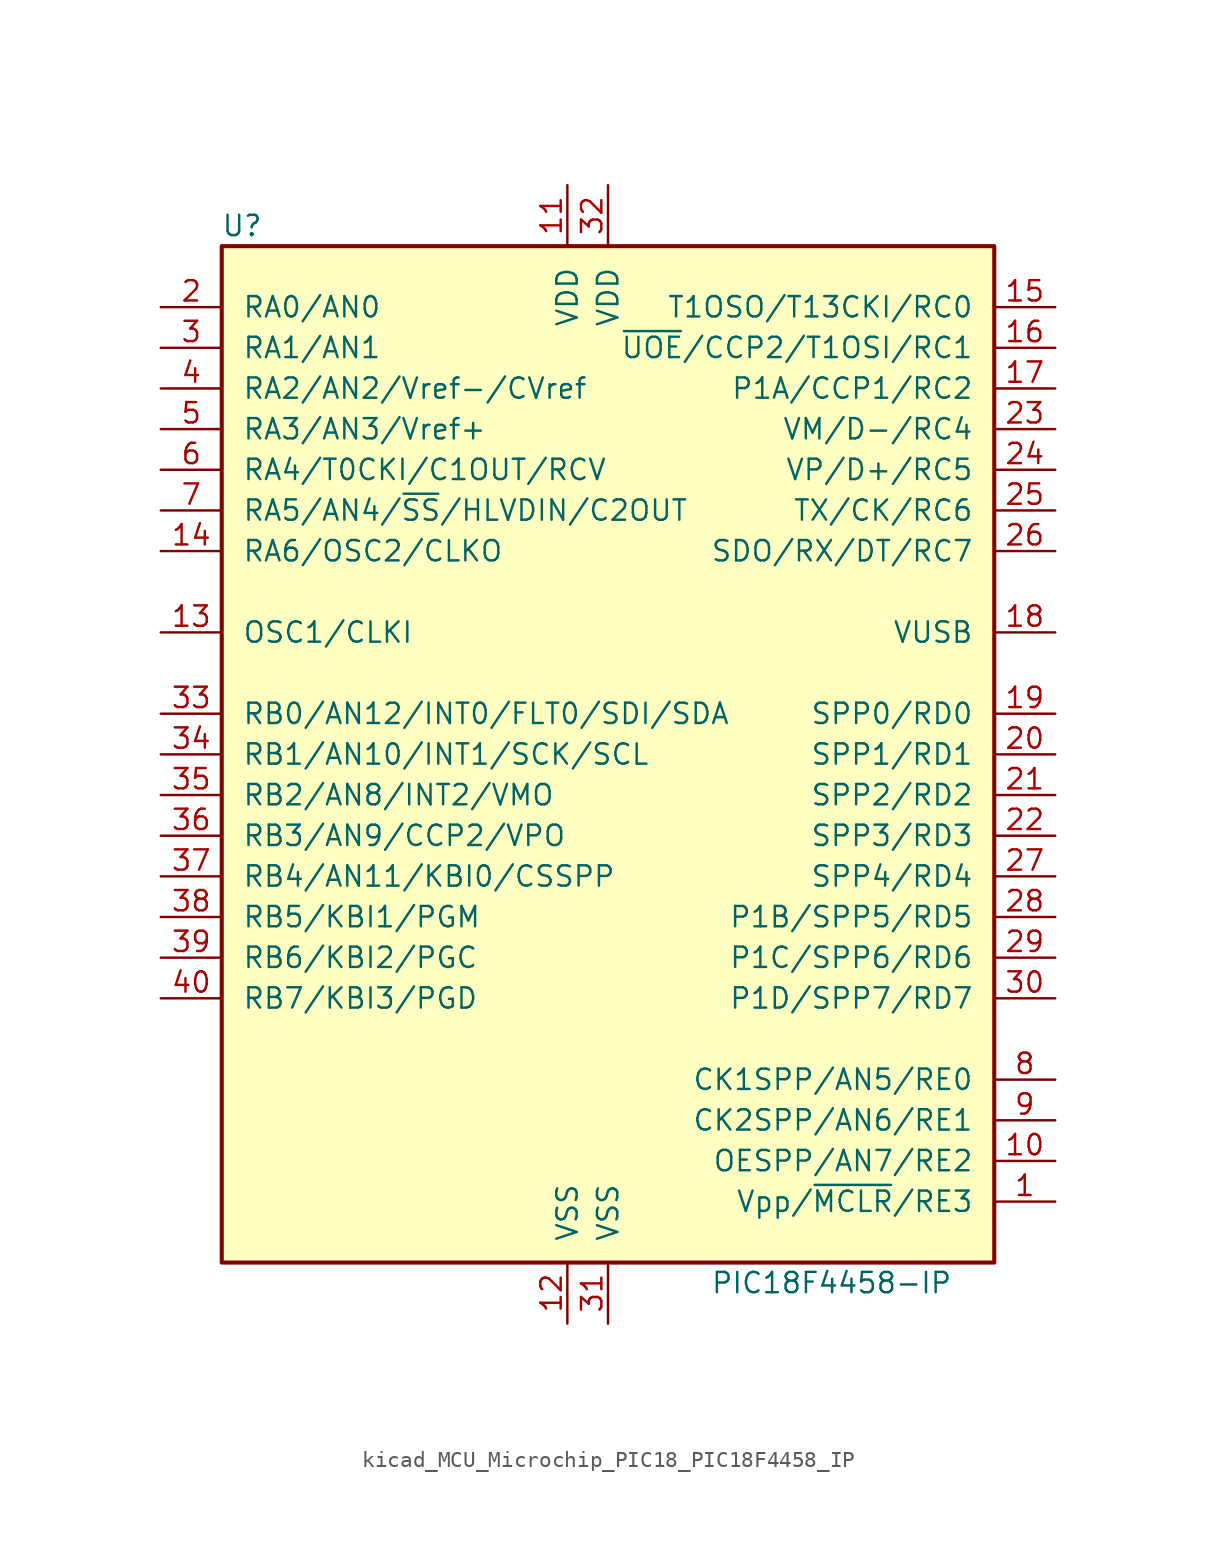
<source format=kicad_sym>
(kicad_symbol_lib
  (version 20220914)
  (generator kicad_symbol_editor)
  (symbol "kicad_MCU_Microchip_PIC18_PIC18F4458_IP"
    (pin_names
      (offset 1.27))
    (property "Reference" "U"
      (at -22.86 33.02 0)
      (effects (font (size 1.27 1.27))))
    (property "Value" "PIC18F4458-IP"
      (at 13.97 -33.02 0)
      (effects (font (size 1.27 1.27))))
    (symbol "kicad_MCU_Microchip_PIC18_PIC18F4458_IP_0_1"
      (rectangle (start -24.13 31.75) (end 24.13 -31.75) (stroke (width 0.254) (type default)) (fill (type background))))
    (symbol "kicad_MCU_Microchip_PIC18_PIC18F4458_IP_1_1"
      (pin input line (at 27.94 -27.94 180) (length 3.81) (name "Vpp/~{MCLR}/RE3" (effects (font (size 1.27 1.27)))) (number "1" (effects (font (size 1.27 1.27)))))
      (pin bidirectional line (at 27.94 -25.4 180) (length 3.81) (name "OESPP/AN7/RE2" (effects (font (size 1.27 1.27)))) (number "10" (effects (font (size 1.27 1.27)))))
      (pin power_in line (at -2.54 35.56 270) (length 3.81) (name "VDD" (effects (font (size 1.27 1.27)))) (number "11" (effects (font (size 1.27 1.27)))))
      (pin power_in line (at -2.54 -35.56 90) (length 3.81) (name "VSS" (effects (font (size 1.27 1.27)))) (number "12" (effects (font (size 1.27 1.27)))))
      (pin input line (at -27.94 7.62 0) (length 3.81) (name "OSC1/CLKI" (effects (font (size 1.27 1.27)))) (number "13" (effects (font (size 1.27 1.27)))))
      (pin bidirectional line (at -27.94 12.7 0) (length 3.81) (name "RA6/OSC2/CLKO" (effects (font (size 1.27 1.27)))) (number "14" (effects (font (size 1.27 1.27)))))
      (pin bidirectional line (at 27.94 27.94 180) (length 3.81) (name "T1OSO/T13CKI/RC0" (effects (font (size 1.27 1.27)))) (number "15" (effects (font (size 1.27 1.27)))))
      (pin bidirectional line (at 27.94 25.4 180) (length 3.81) (name "~{UOE}/CCP2/T1OSI/RC1" (effects (font (size 1.27 1.27)))) (number "16" (effects (font (size 1.27 1.27)))))
      (pin bidirectional line (at 27.94 22.86 180) (length 3.81) (name "P1A/CCP1/RC2" (effects (font (size 1.27 1.27)))) (number "17" (effects (font (size 1.27 1.27)))))
      (pin bidirectional line (at 27.94 7.62 180) (length 3.81) (name "VUSB" (effects (font (size 1.27 1.27)))) (number "18" (effects (font (size 1.27 1.27)))))
      (pin bidirectional line (at 27.94 2.54 180) (length 3.81) (name "SPP0/RD0" (effects (font (size 1.27 1.27)))) (number "19" (effects (font (size 1.27 1.27)))))
      (pin bidirectional line (at -27.94 27.94 0) (length 3.81) (name "RA0/AN0" (effects (font (size 1.27 1.27)))) (number "2" (effects (font (size 1.27 1.27)))))
      (pin bidirectional line (at 27.94 0 180) (length 3.81) (name "SPP1/RD1" (effects (font (size 1.27 1.27)))) (number "20" (effects (font (size 1.27 1.27)))))
      (pin bidirectional line (at 27.94 -2.54 180) (length 3.81) (name "SPP2/RD2" (effects (font (size 1.27 1.27)))) (number "21" (effects (font (size 1.27 1.27)))))
      (pin bidirectional line (at 27.94 -5.08 180) (length 3.81) (name "SPP3/RD3" (effects (font (size 1.27 1.27)))) (number "22" (effects (font (size 1.27 1.27)))))
      (pin bidirectional line (at 27.94 20.32 180) (length 3.81) (name "VM/D-/RC4" (effects (font (size 1.27 1.27)))) (number "23" (effects (font (size 1.27 1.27)))))
      (pin bidirectional line (at 27.94 17.78 180) (length 3.81) (name "VP/D+/RC5" (effects (font (size 1.27 1.27)))) (number "24" (effects (font (size 1.27 1.27)))))
      (pin bidirectional line (at 27.94 15.24 180) (length 3.81) (name "TX/CK/RC6" (effects (font (size 1.27 1.27)))) (number "25" (effects (font (size 1.27 1.27)))))
      (pin bidirectional line (at 27.94 12.7 180) (length 3.81) (name "SDO/RX/DT/RC7" (effects (font (size 1.27 1.27)))) (number "26" (effects (font (size 1.27 1.27)))))
      (pin bidirectional line (at 27.94 -7.62 180) (length 3.81) (name "SPP4/RD4" (effects (font (size 1.27 1.27)))) (number "27" (effects (font (size 1.27 1.27)))))
      (pin bidirectional line (at 27.94 -10.16 180) (length 3.81) (name "P1B/SPP5/RD5" (effects (font (size 1.27 1.27)))) (number "28" (effects (font (size 1.27 1.27)))))
      (pin bidirectional line (at 27.94 -12.7 180) (length 3.81) (name "P1C/SPP6/RD6" (effects (font (size 1.27 1.27)))) (number "29" (effects (font (size 1.27 1.27)))))
      (pin bidirectional line (at -27.94 25.4 0) (length 3.81) (name "RA1/AN1" (effects (font (size 1.27 1.27)))) (number "3" (effects (font (size 1.27 1.27)))))
      (pin bidirectional line (at 27.94 -15.24 180) (length 3.81) (name "P1D/SPP7/RD7" (effects (font (size 1.27 1.27)))) (number "30" (effects (font (size 1.27 1.27)))))
      (pin power_in line (at 0 -35.56 90) (length 3.81) (name "VSS" (effects (font (size 1.27 1.27)))) (number "31" (effects (font (size 1.27 1.27)))))
      (pin power_in line (at 0 35.56 270) (length 3.81) (name "VDD" (effects (font (size 1.27 1.27)))) (number "32" (effects (font (size 1.27 1.27)))))
      (pin bidirectional line (at -27.94 2.54 0) (length 3.81) (name "RB0/AN12/INT0/FLT0/SDI/SDA" (effects (font (size 1.27 1.27)))) (number "33" (effects (font (size 1.27 1.27)))))
      (pin bidirectional line (at -27.94 0 0) (length 3.81) (name "RB1/AN10/INT1/SCK/SCL" (effects (font (size 1.27 1.27)))) (number "34" (effects (font (size 1.27 1.27)))))
      (pin bidirectional line (at -27.94 -2.54 0) (length 3.81) (name "RB2/AN8/INT2/VMO" (effects (font (size 1.27 1.27)))) (number "35" (effects (font (size 1.27 1.27)))))
      (pin bidirectional line (at -27.94 -5.08 0) (length 3.81) (name "RB3/AN9/CCP2/VPO" (effects (font (size 1.27 1.27)))) (number "36" (effects (font (size 1.27 1.27)))))
      (pin bidirectional line (at -27.94 -7.62 0) (length 3.81) (name "RB4/AN11/KBI0/CSSPP" (effects (font (size 1.27 1.27)))) (number "37" (effects (font (size 1.27 1.27)))))
      (pin bidirectional line (at -27.94 -10.16 0) (length 3.81) (name "RB5/KBI1/PGM" (effects (font (size 1.27 1.27)))) (number "38" (effects (font (size 1.27 1.27)))))
      (pin bidirectional line (at -27.94 -12.7 0) (length 3.81) (name "RB6/KBI2/PGC" (effects (font (size 1.27 1.27)))) (number "39" (effects (font (size 1.27 1.27)))))
      (pin bidirectional line (at -27.94 22.86 0) (length 3.81) (name "RA2/AN2/Vref-/CVref" (effects (font (size 1.27 1.27)))) (number "4" (effects (font (size 1.27 1.27)))))
      (pin bidirectional line (at -27.94 -15.24 0) (length 3.81) (name "RB7/KBI3/PGD" (effects (font (size 1.27 1.27)))) (number "40" (effects (font (size 1.27 1.27)))))
      (pin bidirectional line (at -27.94 20.32 0) (length 3.81) (name "RA3/AN3/Vref+" (effects (font (size 1.27 1.27)))) (number "5" (effects (font (size 1.27 1.27)))))
      (pin bidirectional line (at -27.94 17.78 0) (length 3.81) (name "RA4/T0CKI/C1OUT/RCV" (effects (font (size 1.27 1.27)))) (number "6" (effects (font (size 1.27 1.27)))))
      (pin bidirectional line (at -27.94 15.24 0) (length 3.81) (name "RA5/AN4/~{SS}/HLVDIN/C2OUT" (effects (font (size 1.27 1.27)))) (number "7" (effects (font (size 1.27 1.27)))))
      (pin bidirectional line (at 27.94 -20.32 180) (length 3.81) (name "CK1SPP/AN5/RE0" (effects (font (size 1.27 1.27)))) (number "8" (effects (font (size 1.27 1.27)))))
      (pin bidirectional line (at 27.94 -22.86 180) (length 3.81) (name "CK2SPP/AN6/RE1" (effects (font (size 1.27 1.27)))) (number "9" (effects (font (size 1.27 1.27))))))))
</source>
